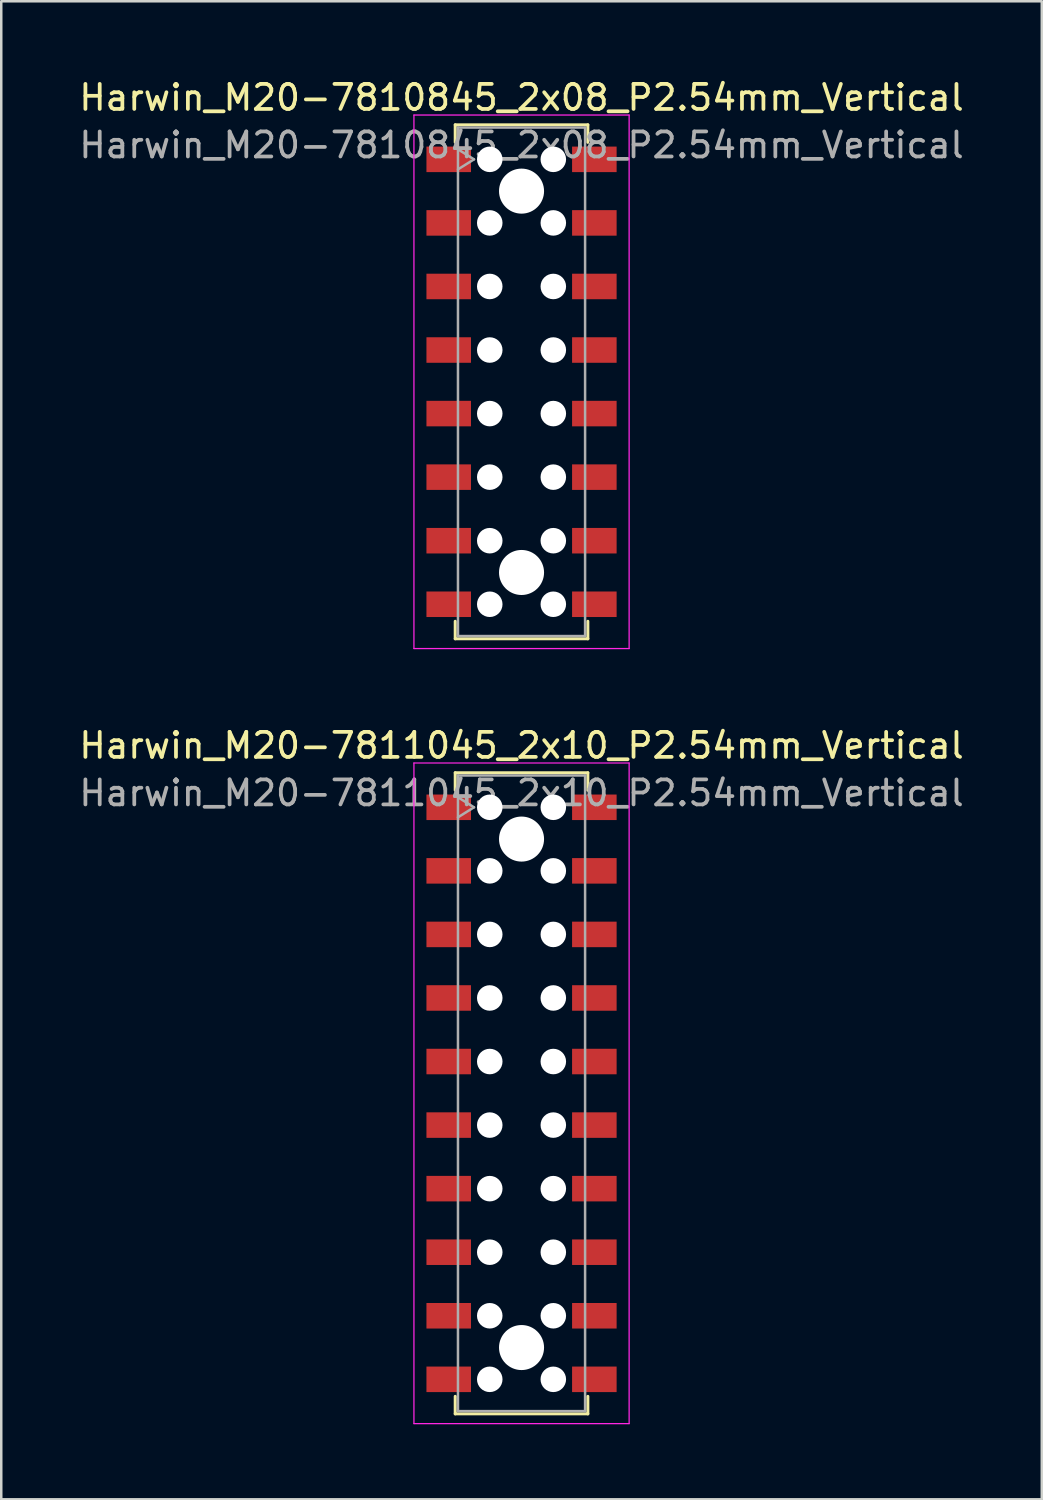
<source format=kicad_pcb>
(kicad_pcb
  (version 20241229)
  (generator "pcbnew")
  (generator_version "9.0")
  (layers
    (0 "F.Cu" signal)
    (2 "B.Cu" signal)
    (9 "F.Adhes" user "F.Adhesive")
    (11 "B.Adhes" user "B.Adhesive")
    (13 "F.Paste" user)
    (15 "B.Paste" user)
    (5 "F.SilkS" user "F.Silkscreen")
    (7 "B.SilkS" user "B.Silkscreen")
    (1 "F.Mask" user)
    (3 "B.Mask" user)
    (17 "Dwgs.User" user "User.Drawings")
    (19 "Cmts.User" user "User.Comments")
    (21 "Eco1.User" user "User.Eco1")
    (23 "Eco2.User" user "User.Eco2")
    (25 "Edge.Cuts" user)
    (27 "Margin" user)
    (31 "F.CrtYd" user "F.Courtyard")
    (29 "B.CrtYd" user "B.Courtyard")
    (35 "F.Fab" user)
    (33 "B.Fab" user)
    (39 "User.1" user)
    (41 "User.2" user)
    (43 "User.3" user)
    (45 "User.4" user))
  (footprint "Harwin_M20-7810845_2x08_P2.54mm_Vertical"
    (layer "F.Cu")
    (at 17.792 12.208)
    (property "Reference" "Harwin_M20-7810845_2x08_P2.54mm_Vertical" (at 0 -11.36 0) (layer "F.SilkS") (effects (font (size 1 1) (thickness 0.15))))
    (attr smd)
    (fp_line (start -2.65 -10.27) (end 2.65 -10.27) (stroke (width 0.12) (type solid)) (layer "F.SilkS"))
    (fp_line (start -2.65 -9.57) (end -2.65 -10.27) (stroke (width 0.12) (type solid)) (layer "F.SilkS"))
    (fp_line (start -2.65 9.57) (end -2.65 10.27) (stroke (width 0.12) (type solid)) (layer "F.SilkS"))
    (fp_line (start -2.65 10.27) (end 2.65 10.27) (stroke (width 0.12) (type solid)) (layer "F.SilkS"))
    (fp_line (start 2.65 -10.27) (end 2.65 -9.57) (stroke (width 0.12) (type solid)) (layer "F.SilkS"))
    (fp_line (start 2.65 10.27) (end 2.65 9.57) (stroke (width 0.12) (type solid)) (layer "F.SilkS"))
    (fp_line (start -4.3 -10.66) (end 4.3 -10.66) (stroke (width 0.05) (type solid)) (layer "F.CrtYd"))
    (fp_line (start -4.3 10.66) (end -4.3 -10.66) (stroke (width 0.05) (type solid)) (layer "F.CrtYd"))
    (fp_line (start 4.3 -10.66) (end 4.3 10.66) (stroke (width 0.05) (type solid)) (layer "F.CrtYd"))
    (fp_line (start 4.3 10.66) (end -4.3 10.66) (stroke (width 0.05) (type solid)) (layer "F.CrtYd"))
    (fp_line (start -2.54 -10.16) (end 2.54 -10.16) (stroke (width 0.1) (type solid)) (layer "F.Fab"))
    (fp_line (start -2.54 -9.29) (end -1.9 -8.89) (stroke (width 0.1) (type solid)) (layer "F.Fab"))
    (fp_line (start -2.54 10.16) (end -2.54 -10.16) (stroke (width 0.1) (type solid)) (layer "F.Fab"))
    (fp_line (start -1.9 -8.89) (end -2.54 -8.49) (stroke (width 0.1) (type solid)) (layer "F.Fab"))
    (fp_line (start 2.54 -10.16) (end 2.54 10.16) (stroke (width 0.1) (type solid)) (layer "F.Fab"))
    (fp_line (start 2.54 10.16) (end -2.54 10.16) (stroke (width 0.1) (type solid)) (layer "F.Fab"))
    (fp_text user "${REFERENCE}" (at 0 -9.46 0) (layer "F.Fab") (effects (font (size 1 1) (thickness 0.15))))
    (pad "" np_thru_hole circle (at -1.27 -8.89) (size 1.02 1.02) (drill 1.02) (layers "*.Cu" "*.Mask"))
    (pad "" np_thru_hole circle (at -1.27 -6.35) (size 1.02 1.02) (drill 1.02) (layers "*.Cu" "*.Mask"))
    (pad "" np_thru_hole circle (at -1.27 -3.81) (size 1.02 1.02) (drill 1.02) (layers "*.Cu" "*.Mask"))
    (pad "" np_thru_hole circle (at -1.27 -1.27) (size 1.02 1.02) (drill 1.02) (layers "*.Cu" "*.Mask"))
    (pad "" np_thru_hole circle (at -1.27 1.27) (size 1.02 1.02) (drill 1.02) (layers "*.Cu" "*.Mask"))
    (pad "" np_thru_hole circle (at -1.27 3.81) (size 1.02 1.02) (drill 1.02) (layers "*.Cu" "*.Mask"))
    (pad "" np_thru_hole circle (at -1.27 6.35) (size 1.02 1.02) (drill 1.02) (layers "*.Cu" "*.Mask"))
    (pad "" np_thru_hole circle (at -1.27 8.89) (size 1.02 1.02) (drill 1.02) (layers "*.Cu" "*.Mask"))
    (pad "" np_thru_hole circle (at 0 -7.62) (size 1.8 1.8) (drill 1.8) (layers "*.Cu" "*.Mask"))
    (pad "" np_thru_hole circle (at 0 7.62) (size 1.8 1.8) (drill 1.8) (layers "*.Cu" "*.Mask"))
    (pad "" np_thru_hole circle (at 1.27 -8.89) (size 1.02 1.02) (drill 1.02) (layers "*.Cu" "*.Mask"))
    (pad "" np_thru_hole circle (at 1.27 -6.35) (size 1.02 1.02) (drill 1.02) (layers "*.Cu" "*.Mask"))
    (pad "" np_thru_hole circle (at 1.27 -3.81) (size 1.02 1.02) (drill 1.02) (layers "*.Cu" "*.Mask"))
    (pad "" np_thru_hole circle (at 1.27 -1.27) (size 1.02 1.02) (drill 1.02) (layers "*.Cu" "*.Mask"))
    (pad "" np_thru_hole circle (at 1.27 1.27) (size 1.02 1.02) (drill 1.02) (layers "*.Cu" "*.Mask"))
    (pad "" np_thru_hole circle (at 1.27 3.81) (size 1.02 1.02) (drill 1.02) (layers "*.Cu" "*.Mask"))
    (pad "" np_thru_hole circle (at 1.27 6.35) (size 1.02 1.02) (drill 1.02) (layers "*.Cu" "*.Mask"))
    (pad "" np_thru_hole circle (at 1.27 8.89) (size 1.02 1.02) (drill 1.02) (layers "*.Cu" "*.Mask"))
    (pad "1" smd rect (at -2.91 -8.89) (size 1.78 1.02) (layers "F.Cu" "F.Mask" "F.Paste"))
    (pad "2" smd rect (at -2.91 -6.35) (size 1.78 1.02) (layers "F.Cu" "F.Mask" "F.Paste"))
    (pad "3" smd rect (at -2.91 -3.81) (size 1.78 1.02) (layers "F.Cu" "F.Mask" "F.Paste"))
    (pad "4" smd rect (at -2.91 -1.27) (size 1.78 1.02) (layers "F.Cu" "F.Mask" "F.Paste"))
    (pad "5" smd rect (at -2.91 1.27) (size 1.78 1.02) (layers "F.Cu" "F.Mask" "F.Paste"))
    (pad "6" smd rect (at -2.91 3.81) (size 1.78 1.02) (layers "F.Cu" "F.Mask" "F.Paste"))
    (pad "7" smd rect (at -2.91 6.35) (size 1.78 1.02) (layers "F.Cu" "F.Mask" "F.Paste"))
    (pad "8" smd rect (at -2.91 8.89) (size 1.78 1.02) (layers "F.Cu" "F.Mask" "F.Paste"))
    (pad "9" smd rect (at 2.91 -8.89) (size 1.78 1.02) (layers "F.Cu" "F.Mask" "F.Paste"))
    (pad "10" smd rect (at 2.91 -6.35) (size 1.78 1.02) (layers "F.Cu" "F.Mask" "F.Paste"))
    (pad "11" smd rect (at 2.91 -3.81) (size 1.78 1.02) (layers "F.Cu" "F.Mask" "F.Paste"))
    (pad "12" smd rect (at 2.91 -1.27) (size 1.78 1.02) (layers "F.Cu" "F.Mask" "F.Paste"))
    (pad "13" smd rect (at 2.91 1.27) (size 1.78 1.02) (layers "F.Cu" "F.Mask" "F.Paste"))
    (pad "14" smd rect (at 2.91 3.81) (size 1.78 1.02) (layers "F.Cu" "F.Mask" "F.Paste"))
    (pad "15" smd rect (at 2.91 6.35) (size 1.78 1.02) (layers "F.Cu" "F.Mask" "F.Paste"))
    (pad "16" smd rect (at 2.91 8.89) (size 1.78 1.02) (layers "F.Cu" "F.Mask" "F.Paste")))
  (footprint "Harwin_M20-7811045_2x10_P2.54mm_Vertical"
    (layer "F.Cu")
    (at 17.792 40.642)
    (property "Reference" "Harwin_M20-7811045_2x10_P2.54mm_Vertical" (at 0 -13.9 0) (layer "F.SilkS") (effects (font (size 1 1) (thickness 0.15))))
    (attr smd)
    (fp_line (start -2.65 -12.81) (end 2.65 -12.81) (stroke (width 0.12) (type solid)) (layer "F.SilkS"))
    (fp_line (start -2.65 -12.11) (end -2.65 -12.81) (stroke (width 0.12) (type solid)) (layer "F.SilkS"))
    (fp_line (start -2.65 12.11) (end -2.65 12.81) (stroke (width 0.12) (type solid)) (layer "F.SilkS"))
    (fp_line (start -2.65 12.81) (end 2.65 12.81) (stroke (width 0.12) (type solid)) (layer "F.SilkS"))
    (fp_line (start 2.65 -12.81) (end 2.65 -12.11) (stroke (width 0.12) (type solid)) (layer "F.SilkS"))
    (fp_line (start 2.65 12.81) (end 2.65 12.11) (stroke (width 0.12) (type solid)) (layer "F.SilkS"))
    (fp_line (start -4.3 -13.2) (end 4.3 -13.2) (stroke (width 0.05) (type solid)) (layer "F.CrtYd"))
    (fp_line (start -4.3 13.2) (end -4.3 -13.2) (stroke (width 0.05) (type solid)) (layer "F.CrtYd"))
    (fp_line (start 4.3 -13.2) (end 4.3 13.2) (stroke (width 0.05) (type solid)) (layer "F.CrtYd"))
    (fp_line (start 4.3 13.2) (end -4.3 13.2) (stroke (width 0.05) (type solid)) (layer "F.CrtYd"))
    (fp_line (start -2.54 -12.7) (end 2.54 -12.7) (stroke (width 0.1) (type solid)) (layer "F.Fab"))
    (fp_line (start -2.54 -11.83) (end -1.9 -11.43) (stroke (width 0.1) (type solid)) (layer "F.Fab"))
    (fp_line (start -2.54 12.7) (end -2.54 -12.7) (stroke (width 0.1) (type solid)) (layer "F.Fab"))
    (fp_line (start -1.9 -11.43) (end -2.54 -11.03) (stroke (width 0.1) (type solid)) (layer "F.Fab"))
    (fp_line (start 2.54 -12.7) (end 2.54 12.7) (stroke (width 0.1) (type solid)) (layer "F.Fab"))
    (fp_line (start 2.54 12.7) (end -2.54 12.7) (stroke (width 0.1) (type solid)) (layer "F.Fab"))
    (fp_text user "${REFERENCE}" (at 0 -12 0) (layer "F.Fab") (effects (font (size 1 1) (thickness 0.15))))
    (pad "" np_thru_hole circle (at -1.27 -11.43) (size 1.02 1.02) (drill 1.02) (layers "*.Cu" "*.Mask"))
    (pad "" np_thru_hole circle (at -1.27 -8.89) (size 1.02 1.02) (drill 1.02) (layers "*.Cu" "*.Mask"))
    (pad "" np_thru_hole circle (at -1.27 -6.35) (size 1.02 1.02) (drill 1.02) (layers "*.Cu" "*.Mask"))
    (pad "" np_thru_hole circle (at -1.27 -3.81) (size 1.02 1.02) (drill 1.02) (layers "*.Cu" "*.Mask"))
    (pad "" np_thru_hole circle (at -1.27 -1.27) (size 1.02 1.02) (drill 1.02) (layers "*.Cu" "*.Mask"))
    (pad "" np_thru_hole circle (at -1.27 1.27) (size 1.02 1.02) (drill 1.02) (layers "*.Cu" "*.Mask"))
    (pad "" np_thru_hole circle (at -1.27 3.81) (size 1.02 1.02) (drill 1.02) (layers "*.Cu" "*.Mask"))
    (pad "" np_thru_hole circle (at -1.27 6.35) (size 1.02 1.02) (drill 1.02) (layers "*.Cu" "*.Mask"))
    (pad "" np_thru_hole circle (at -1.27 8.89) (size 1.02 1.02) (drill 1.02) (layers "*.Cu" "*.Mask"))
    (pad "" np_thru_hole circle (at -1.27 11.43) (size 1.02 1.02) (drill 1.02) (layers "*.Cu" "*.Mask"))
    (pad "" np_thru_hole circle (at 0 -10.16) (size 1.8 1.8) (drill 1.8) (layers "*.Cu" "*.Mask"))
    (pad "" np_thru_hole circle (at 0 10.16) (size 1.8 1.8) (drill 1.8) (layers "*.Cu" "*.Mask"))
    (pad "" np_thru_hole circle (at 1.27 -11.43) (size 1.02 1.02) (drill 1.02) (layers "*.Cu" "*.Mask"))
    (pad "" np_thru_hole circle (at 1.27 -8.89) (size 1.02 1.02) (drill 1.02) (layers "*.Cu" "*.Mask"))
    (pad "" np_thru_hole circle (at 1.27 -6.35) (size 1.02 1.02) (drill 1.02) (layers "*.Cu" "*.Mask"))
    (pad "" np_thru_hole circle (at 1.27 -3.81) (size 1.02 1.02) (drill 1.02) (layers "*.Cu" "*.Mask"))
    (pad "" np_thru_hole circle (at 1.27 -1.27) (size 1.02 1.02) (drill 1.02) (layers "*.Cu" "*.Mask"))
    (pad "" np_thru_hole circle (at 1.27 1.27) (size 1.02 1.02) (drill 1.02) (layers "*.Cu" "*.Mask"))
    (pad "" np_thru_hole circle (at 1.27 3.81) (size 1.02 1.02) (drill 1.02) (layers "*.Cu" "*.Mask"))
    (pad "" np_thru_hole circle (at 1.27 6.35) (size 1.02 1.02) (drill 1.02) (layers "*.Cu" "*.Mask"))
    (pad "" np_thru_hole circle (at 1.27 8.89) (size 1.02 1.02) (drill 1.02) (layers "*.Cu" "*.Mask"))
    (pad "" np_thru_hole circle (at 1.27 11.43) (size 1.02 1.02) (drill 1.02) (layers "*.Cu" "*.Mask"))
    (pad "1" smd rect (at -2.91 -11.43) (size 1.78 1.02) (layers "F.Cu" "F.Mask" "F.Paste"))
    (pad "2" smd rect (at -2.91 -8.89) (size 1.78 1.02) (layers "F.Cu" "F.Mask" "F.Paste"))
    (pad "3" smd rect (at -2.91 -6.35) (size 1.78 1.02) (layers "F.Cu" "F.Mask" "F.Paste"))
    (pad "4" smd rect (at -2.91 -3.81) (size 1.78 1.02) (layers "F.Cu" "F.Mask" "F.Paste"))
    (pad "5" smd rect (at -2.91 -1.27) (size 1.78 1.02) (layers "F.Cu" "F.Mask" "F.Paste"))
    (pad "6" smd rect (at -2.91 1.27) (size 1.78 1.02) (layers "F.Cu" "F.Mask" "F.Paste"))
    (pad "7" smd rect (at -2.91 3.81) (size 1.78 1.02) (layers "F.Cu" "F.Mask" "F.Paste"))
    (pad "8" smd rect (at -2.91 6.35) (size 1.78 1.02) (layers "F.Cu" "F.Mask" "F.Paste"))
    (pad "9" smd rect (at -2.91 8.89) (size 1.78 1.02) (layers "F.Cu" "F.Mask" "F.Paste"))
    (pad "10" smd rect (at -2.91 11.43) (size 1.78 1.02) (layers "F.Cu" "F.Mask" "F.Paste"))
    (pad "11" smd rect (at 2.91 -11.43) (size 1.78 1.02) (layers "F.Cu" "F.Mask" "F.Paste"))
    (pad "12" smd rect (at 2.91 -8.89) (size 1.78 1.02) (layers "F.Cu" "F.Mask" "F.Paste"))
    (pad "13" smd rect (at 2.91 -6.35) (size 1.78 1.02) (layers "F.Cu" "F.Mask" "F.Paste"))
    (pad "14" smd rect (at 2.91 -3.81) (size 1.78 1.02) (layers "F.Cu" "F.Mask" "F.Paste"))
    (pad "15" smd rect (at 2.91 -1.27) (size 1.78 1.02) (layers "F.Cu" "F.Mask" "F.Paste"))
    (pad "16" smd rect (at 2.91 1.27) (size 1.78 1.02) (layers "F.Cu" "F.Mask" "F.Paste"))
    (pad "17" smd rect (at 2.91 3.81) (size 1.78 1.02) (layers "F.Cu" "F.Mask" "F.Paste"))
    (pad "18" smd rect (at 2.91 6.35) (size 1.78 1.02) (layers "F.Cu" "F.Mask" "F.Paste"))
    (pad "19" smd rect (at 2.91 8.89) (size 1.78 1.02) (layers "F.Cu" "F.Mask" "F.Paste"))
    (pad "20" smd rect (at 2.91 11.43) (size 1.78 1.02) (layers "F.Cu" "F.Mask" "F.Paste")))
  (gr_rect
    (start -3 -3)
    (end 38.583 56.867)
    (stroke (width 0.1) (type default))
    (fill no)
    (layer "Edge.Cuts")))
</source>
